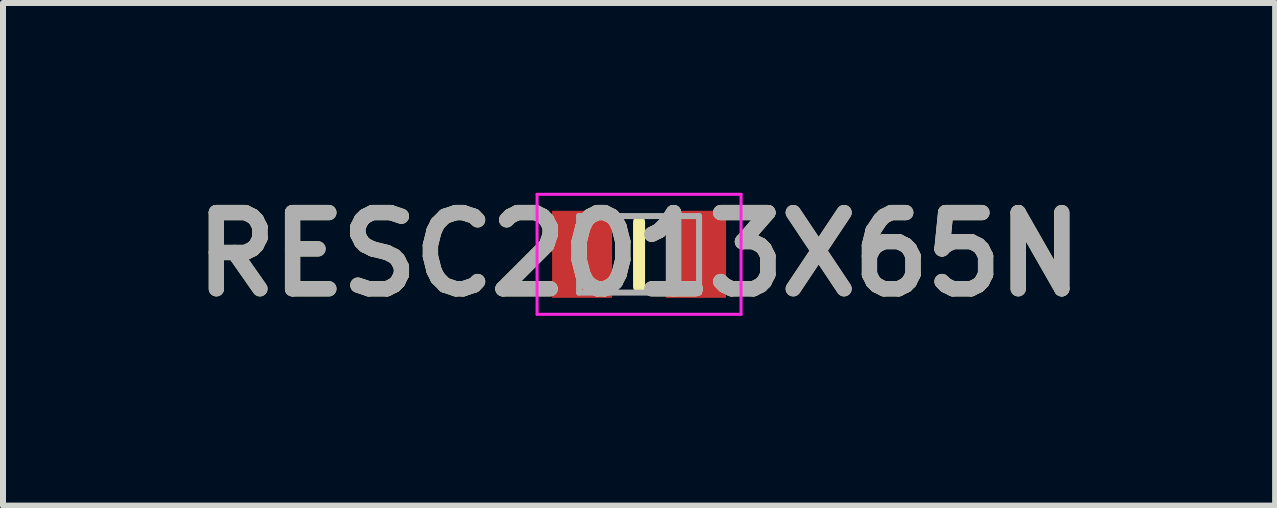
<source format=kicad_pcb>
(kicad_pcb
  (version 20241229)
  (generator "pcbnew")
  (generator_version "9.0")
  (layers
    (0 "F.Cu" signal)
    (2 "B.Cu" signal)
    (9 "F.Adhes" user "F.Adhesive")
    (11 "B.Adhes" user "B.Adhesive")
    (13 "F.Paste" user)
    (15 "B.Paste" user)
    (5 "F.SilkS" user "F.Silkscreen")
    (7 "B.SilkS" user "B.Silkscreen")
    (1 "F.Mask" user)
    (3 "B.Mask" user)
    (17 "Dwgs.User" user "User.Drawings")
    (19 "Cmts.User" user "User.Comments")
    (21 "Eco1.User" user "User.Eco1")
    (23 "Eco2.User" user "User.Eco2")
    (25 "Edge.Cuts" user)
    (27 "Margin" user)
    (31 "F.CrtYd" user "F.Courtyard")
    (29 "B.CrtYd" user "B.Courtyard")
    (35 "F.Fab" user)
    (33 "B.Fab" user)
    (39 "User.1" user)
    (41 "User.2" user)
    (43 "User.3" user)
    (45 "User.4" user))
  (footprint "RESC2013X65N"
    (layer "F.Cu")
    (at 7.602 1.189)
    (property "Reference" "RESC2013X65N" (at 0 0 0) (layer "F.SilkS") (effects (font (size 1.27 1.27) (thickness 0.254))))
    (attr smd)
    (fp_line (start 0 -0.538) (end 0 0.538) (stroke (width 0.2) (type solid)) (layer "F.SilkS"))
    (fp_line (start -1.7 -1) (end 1.7 -1) (stroke (width 0.05) (type solid)) (layer "F.CrtYd"))
    (fp_line (start -1.7 1) (end -1.7 -1) (stroke (width 0.05) (type solid)) (layer "F.CrtYd"))
    (fp_line (start 1.7 -1) (end 1.7 1) (stroke (width 0.05) (type solid)) (layer "F.CrtYd"))
    (fp_line (start 1.7 1) (end -1.7 1) (stroke (width 0.05) (type solid)) (layer "F.CrtYd"))
    (fp_line (start -1 -0.638) (end 1 -0.638) (stroke (width 0.1) (type solid)) (layer "F.Fab"))
    (fp_line (start -1 0.638) (end -1 -0.638) (stroke (width 0.1) (type solid)) (layer "F.Fab"))
    (fp_line (start 1 -0.638) (end 1 0.638) (stroke (width 0.1) (type solid)) (layer "F.Fab"))
    (fp_line (start 1 0.638) (end -1 0.638) (stroke (width 0.1) (type solid)) (layer "F.Fab"))
    (fp_text user "${REFERENCE}" (at 0 0 0) (layer "F.Fab") (effects (font (size 1.27 1.27) (thickness 0.254))))
    (pad "1" smd rect (at -0.95 0) (size 1 1.45) (layers "F.Cu" "F.Mask" "F.Paste"))
    (pad "2" smd rect (at 0.95 0) (size 1 1.45) (layers "F.Cu" "F.Mask" "F.Paste")))
  (gr_rect
    (start -3 -3)
    (end 18.204 5.377)
    (stroke (width 0.1) (type default))
    (fill no)
    (layer "Edge.Cuts")))
</source>
